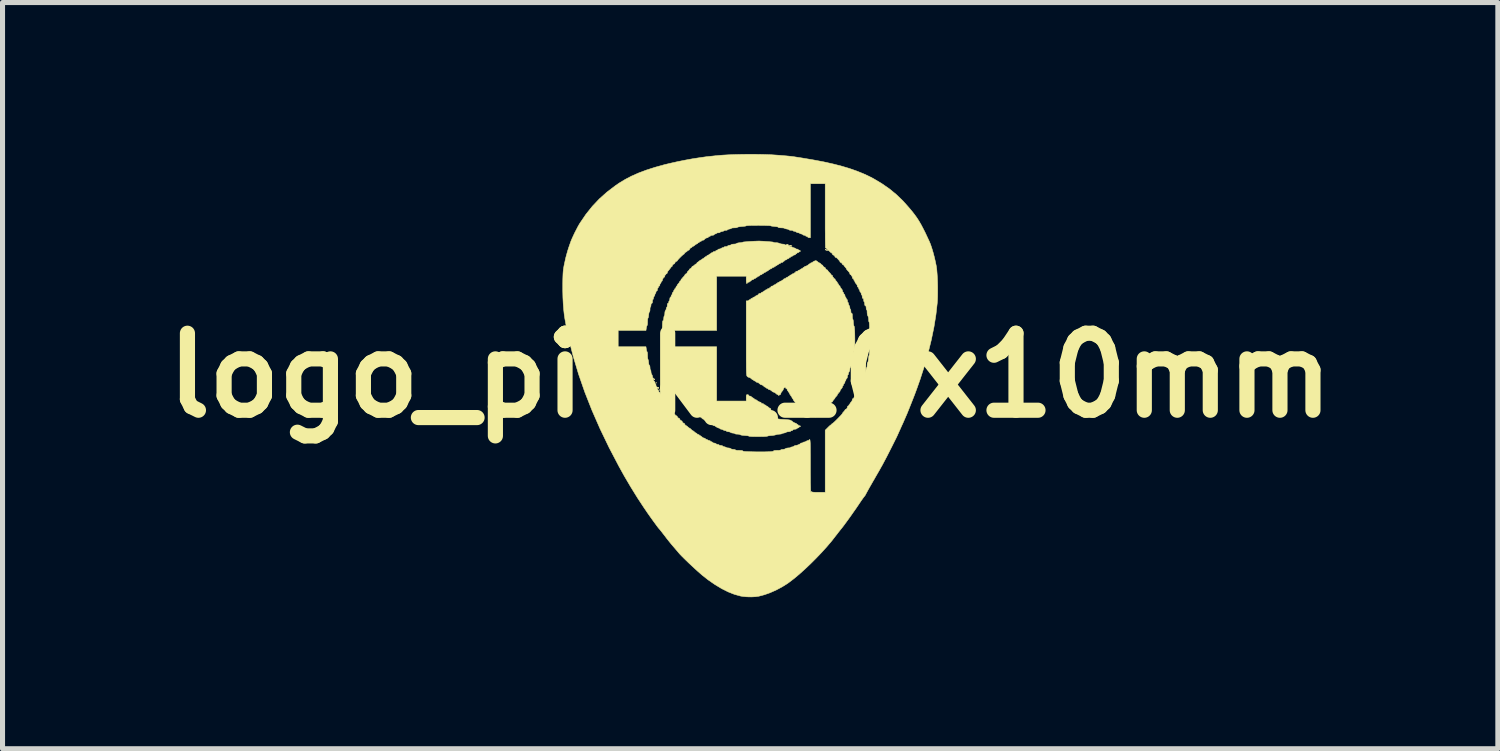
<source format=kicad_pcb>
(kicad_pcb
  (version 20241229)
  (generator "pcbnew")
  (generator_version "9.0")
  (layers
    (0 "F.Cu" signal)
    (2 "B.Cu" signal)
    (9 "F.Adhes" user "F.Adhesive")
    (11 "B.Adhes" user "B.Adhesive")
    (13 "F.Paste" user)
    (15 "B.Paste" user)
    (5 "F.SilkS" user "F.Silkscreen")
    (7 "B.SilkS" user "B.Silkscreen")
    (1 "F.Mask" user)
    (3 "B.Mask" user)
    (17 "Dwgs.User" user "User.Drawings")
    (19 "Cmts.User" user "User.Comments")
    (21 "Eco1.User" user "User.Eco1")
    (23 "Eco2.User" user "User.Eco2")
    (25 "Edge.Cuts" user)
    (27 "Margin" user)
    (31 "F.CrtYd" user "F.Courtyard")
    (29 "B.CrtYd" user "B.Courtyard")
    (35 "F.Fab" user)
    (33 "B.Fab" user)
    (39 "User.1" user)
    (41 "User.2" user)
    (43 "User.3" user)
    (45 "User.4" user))
  (footprint "logo_pick_10x10mm"
    (layer "F.Cu")
    (at 11.8 4.381)
    (property "Reference" "logo_pick_10x10mm" (at 0 0 0) (layer "F.SilkS") (effects (font (size 1.524 1.524) (thickness 0.3))))
    (attr through_hole)
    (fp_poly (pts (xy -1.7 0.474) (xy -1.705 0.479) (xy -1.71 0.474) (xy -1.705 0.469) (xy -1.7 0.474)) (stroke (width 0.01) (type solid)) (fill yes) (layer "F.SilkS"))
    (fp_poly (pts (xy -1.69 0.454) (xy -1.695 0.459) (xy -1.7 0.454) (xy -1.695 0.449) (xy -1.69 0.454)) (stroke (width 0.01) (type solid)) (fill yes) (layer "F.SilkS"))
    (fp_poly (pts (xy -1.612 0.581) (xy -1.617 0.586) (xy -1.622 0.581) (xy -1.617 0.576) (xy -1.612 0.581)) (stroke (width 0.01) (type solid)) (fill yes) (layer "F.SilkS"))
    (fp_poly (pts (xy -1.859 0.14) (xy -1.858 0.152) (xy -1.859 0.153) (xy -1.865 0.152) (xy -1.866 0.147) (xy -1.862 0.138) (xy -1.859 0.14)) (stroke (width 0.01) (type solid)) (fill yes) (layer "F.SilkS"))
    (fp_poly (pts (xy -1.791 0.287) (xy -1.792 0.292) (xy -1.798 0.293) (xy -1.806 0.29) (xy -1.804 0.287) (xy -1.792 0.285) (xy -1.791 0.287)) (stroke (width 0.01) (type solid)) (fill yes) (layer "F.SilkS"))
    (fp_poly (pts (xy -1.762 0.335) (xy -1.761 0.347) (xy -1.762 0.348) (xy -1.768 0.347) (xy -1.768 0.342) (xy -1.765 0.334) (xy -1.762 0.335)) (stroke (width 0.01) (type solid)) (fill yes) (layer "F.SilkS"))
    (fp_poly (pts (xy -1.537 0.218) (xy -1.536 0.23) (xy -1.537 0.231) (xy -1.543 0.23) (xy -1.544 0.225) (xy -1.54 0.217) (xy -1.537 0.218)) (stroke (width 0.01) (type solid)) (fill yes) (layer "F.SilkS"))
    (fp_poly (pts (xy -1.889 0.074) (xy -1.89 0.078) (xy -1.899 0.087) (xy -1.901 0.088) (xy -1.905 0.08) (xy -1.905 0.078) (xy -1.897 0.069) (xy -1.895 0.068) (xy -1.889 0.074)) (stroke (width 0.01) (type solid)) (fill yes) (layer "F.SilkS"))
    (fp_poly (pts (xy -1.642 0.535) (xy -1.641 0.537) (xy -1.649 0.547) (xy -1.651 0.547) (xy -1.66 0.54) (xy -1.661 0.537) (xy -1.653 0.528) (xy -1.651 0.528) (xy -1.642 0.535)) (stroke (width 0.01) (type solid)) (fill yes) (layer "F.SilkS"))
    (fp_poly (pts (xy -1.593 0.603) (xy -1.592 0.606) (xy -1.6 0.615) (xy -1.602 0.615) (xy -1.612 0.608) (xy -1.612 0.606) (xy -1.604 0.596) (xy -1.602 0.596) (xy -1.593 0.603)) (stroke (width 0.01) (type solid)) (fill yes) (layer "F.SilkS"))
    (fp_poly (pts (xy -0.664 0.508) (xy -0.078 0.508) (xy -0.078 0.445) (xy -0.078 0.41) (xy -0.075 0.391) (xy -0.069 0.383) (xy -0.058 0.381) (xy -0.054 0.381) (xy -0.034 0.386) (xy -0.029 0.396) (xy -0.021 0.407) (xy -0.005 0.41) (xy 0.013 0.413) (xy 0.02 0.419) (xy 0.027 0.428) (xy 0.047 0.441) (xy 0.054 0.445) (xy 0.075 0.459) (xy 0.087 0.469) (xy 0.088 0.471) (xy 0.096 0.478) (xy 0.102 0.479) (xy 0.121 0.485) (xy 0.129 0.491) (xy 0.149 0.507) (xy 0.174 0.521) (xy 0.195 0.53) (xy 0.208 0.531) (xy 0.209 0.531) (xy 0.214 0.533) (xy 0.215 0.541) (xy 0.223 0.554) (xy 0.239 0.557) (xy 0.258 0.56) (xy 0.264 0.566) (xy 0.272 0.576) (xy 0.288 0.582) (xy 0.306 0.59) (xy 0.313 0.597) (xy 0.32 0.605) (xy 0.323 0.606) (xy 0.339 0.612) (xy 0.347 0.618) (xy 0.373 0.64) (xy 0.389 0.651) (xy 0.4 0.655) (xy 0.4 0.655) (xy 0.408 0.663) (xy 0.41 0.679) (xy 0.407 0.697) (xy 0.401 0.703) (xy 0.391 0.712) (xy 0.385 0.728) (xy 0.377 0.746) (xy 0.37 0.752) (xy 0.363 0.76) (xy 0.361 0.771) (xy 0.355 0.789) (xy 0.347 0.795) (xy 0.336 0.808) (xy 0.332 0.825) (xy 0.332 0.85) (xy 0.44 0.85) (xy 0.483 0.851) (xy 0.518 0.853) (xy 0.54 0.855) (xy 0.547 0.858) (xy 0.556 0.862) (xy 0.581 0.866) (xy 0.618 0.869) (xy 0.664 0.872) (xy 0.671 0.872) (xy 0.723 0.876) (xy 0.763 0.88) (xy 0.789 0.884) (xy 0.799 0.889) (xy 0.811 0.898) (xy 0.817 0.899) (xy 0.829 0.903) (xy 0.83 0.906) (xy 0.838 0.916) (xy 0.857 0.928) (xy 0.88 0.94) (xy 0.899 0.947) (xy 0.903 0.948) (xy 0.918 0.956) (xy 0.922 0.963) (xy 0.932 0.973) (xy 0.938 0.972) (xy 0.946 0.974) (xy 0.948 0.981) (xy 0.956 0.994) (xy 0.972 0.996) (xy 0.99 1) (xy 0.996 1.006) (xy 0.989 1.015) (xy 0.982 1.016) (xy 0.969 1.021) (xy 0.967 1.026) (xy 0.959 1.035) (xy 0.943 1.041) (xy 0.924 1.049) (xy 0.918 1.056) (xy 0.91 1.062) (xy 0.889 1.065) (xy 0.885 1.065) (xy 0.858 1.069) (xy 0.846 1.079) (xy 0.833 1.092) (xy 0.821 1.094) (xy 0.805 1.098) (xy 0.801 1.104) (xy 0.792 1.11) (xy 0.771 1.113) (xy 0.763 1.114) (xy 0.735 1.117) (xy 0.714 1.124) (xy 0.711 1.126) (xy 0.693 1.135) (xy 0.667 1.141) (xy 0.664 1.142) (xy 0.641 1.146) (xy 0.627 1.153) (xy 0.627 1.154) (xy 0.616 1.159) (xy 0.593 1.162) (xy 0.582 1.163) (xy 0.546 1.166) (xy 0.512 1.174) (xy 0.507 1.176) (xy 0.479 1.183) (xy 0.441 1.189) (xy 0.41 1.191) (xy 0.377 1.194) (xy 0.353 1.198) (xy 0.344 1.202) (xy 0.333 1.205) (xy 0.306 1.208) (xy 0.265 1.21) (xy 0.213 1.211) (xy 0.155 1.211) (xy 0.097 1.211) (xy 0.047 1.21) (xy 0.008 1.208) (xy -0.017 1.206) (xy -0.025 1.203) (xy -0.025 1.203) (xy -0.032 1.199) (xy -0.054 1.194) (xy -0.087 1.191) (xy -0.103 1.19) (xy -0.142 1.187) (xy -0.175 1.182) (xy -0.195 1.176) (xy -0.198 1.174) (xy -0.214 1.167) (xy -0.241 1.163) (xy -0.256 1.163) (xy -0.283 1.161) (xy -0.3 1.156) (xy -0.303 1.153) (xy -0.311 1.146) (xy -0.332 1.143) (xy -0.335 1.143) (xy -0.364 1.139) (xy -0.386 1.129) (xy -0.41 1.118) (xy -0.437 1.114) (xy -0.459 1.111) (xy -0.469 1.105) (xy -0.469 1.104) (xy -0.477 1.096) (xy -0.491 1.094) (xy -0.518 1.088) (xy -0.533 1.08) (xy -0.557 1.068) (xy -0.574 1.065) (xy -0.591 1.061) (xy -0.596 1.055) (xy -0.604 1.046) (xy -0.61 1.045) (xy -0.627 1.041) (xy -0.652 1.03) (xy -0.675 1.017) (xy -0.69 1.006) (xy -0.692 1.004) (xy -0.703 0.998) (xy -0.713 0.996) (xy -0.734 0.989) (xy -0.742 0.982) (xy -0.759 0.969) (xy -0.768 0.967) (xy -0.78 0.962) (xy -0.782 0.958) (xy -0.79 0.95) (xy -0.806 0.944) (xy -0.824 0.936) (xy -0.83 0.928) (xy -0.838 0.919) (xy -0.845 0.918) (xy -0.858 0.914) (xy -0.86 0.91) (xy -0.868 0.901) (xy -0.884 0.895) (xy -0.902 0.887) (xy -0.909 0.879) (xy -0.916 0.87) (xy -0.919 0.869) (xy -0.935 0.864) (xy -0.943 0.857) (xy -0.969 0.835) (xy -0.985 0.824) (xy -0.996 0.821) (xy -0.996 0.821) (xy -1.006 0.815) (xy -1.006 0.813) (xy -1.014 0.803) (xy -1.032 0.79) (xy -1.037 0.787) (xy -1.058 0.772) (xy -1.087 0.747) (xy -1.118 0.717) (xy -1.124 0.712) (xy -1.151 0.685) (xy -1.174 0.665) (xy -1.189 0.655) (xy -1.191 0.655) (xy -1.201 0.647) (xy -1.202 0.644) (xy -1.208 0.632) (xy -1.225 0.611) (xy -1.249 0.586) (xy -1.25 0.585) (xy -1.275 0.56) (xy -1.292 0.539) (xy -1.299 0.526) (xy -1.299 0.526) (xy -1.306 0.513) (xy -1.322 0.494) (xy -1.324 0.492) (xy -1.34 0.476) (xy -1.348 0.464) (xy -1.348 0.464) (xy -1.355 0.451) (xy -1.371 0.437) (xy -1.386 0.43) (xy -1.387 0.43) (xy -1.395 0.422) (xy -1.397 0.409) (xy -1.404 0.388) (xy -1.42 0.366) (xy -1.421 0.365) (xy -1.438 0.346) (xy -1.446 0.329) (xy -1.446 0.328) (xy -1.451 0.314) (xy -1.456 0.313) (xy -1.464 0.305) (xy -1.465 0.298) (xy -1.473 0.285) (xy -1.48 0.283) (xy -1.492 0.275) (xy -1.495 0.259) (xy -1.498 0.241) (xy -1.504 0.234) (xy -1.512 0.226) (xy -1.516 0.212) (xy -1.523 0.196) (xy -1.532 0.193) (xy -1.541 0.186) (xy -1.544 0.166) (xy -1.546 0.145) (xy -1.552 0.137) (xy -1.552 0.137) (xy -1.557 0.145) (xy -1.556 0.164) (xy -1.555 0.18) (xy -1.559 0.18) (xy -1.561 0.177) (xy -1.567 0.158) (xy -1.567 0.132) (xy -1.567 0.13) (xy -1.567 0.104) (xy -1.577 0.092) (xy -1.578 0.092) (xy -1.589 0.078) (xy -1.592 0.062) (xy -1.596 0.045) (xy -1.602 0.039) (xy -1.61 0.031) (xy -1.612 0.015) (xy -1.618 -0.009) (xy -1.627 -0.023) (xy -1.637 -0.042) (xy -1.641 -0.07) (xy -1.641 -0.073) (xy -1.644 -0.095) (xy -1.65 -0.107) (xy -1.651 -0.107) (xy -1.658 -0.116) (xy -1.661 -0.131) (xy -1.667 -0.156) (xy -1.675 -0.17) (xy -1.685 -0.19) (xy -1.69 -0.223) (xy -1.69 -0.229) (xy -1.692 -0.255) (xy -1.696 -0.271) (xy -1.699 -0.274) (xy -1.704 -0.282) (xy -1.709 -0.305) (xy -1.712 -0.324) (xy -1.717 -0.354) (xy -1.723 -0.374) (xy -1.728 -0.379) (xy -1.734 -0.391) (xy -1.737 -0.421) (xy -1.739 -0.468) (xy -1.739 -0.475) (xy -1.739 -0.567) (xy -0.664 -0.567) (xy -0.664 0.508)) (stroke (width 0.01) (type solid)) (fill yes) (layer "F.SilkS"))
    (fp_poly (pts (xy 0.186 -2.659) (xy 0.225 -2.657) (xy 0.271 -2.655) (xy 0.319 -2.651) (xy 0.366 -2.648) (xy 0.407 -2.644) (xy 0.438 -2.641) (xy 0.456 -2.638) (xy 0.459 -2.636) (xy 0.468 -2.631) (xy 0.49 -2.628) (xy 0.506 -2.628) (xy 0.54 -2.625) (xy 0.572 -2.617) (xy 0.58 -2.613) (xy 0.609 -2.603) (xy 0.643 -2.599) (xy 0.646 -2.599) (xy 0.67 -2.596) (xy 0.683 -2.59) (xy 0.684 -2.588) (xy 0.69 -2.581) (xy 0.711 -2.585) (xy 0.735 -2.594) (xy 0.749 -2.595) (xy 0.752 -2.584) (xy 0.756 -2.573) (xy 0.769 -2.57) (xy 0.789 -2.572) (xy 0.826 -2.577) (xy 0.796 -2.564) (xy 0.767 -2.551) (xy 0.799 -2.55) (xy 0.82 -2.548) (xy 0.83 -2.542) (xy 0.83 -2.541) (xy 0.839 -2.534) (xy 0.86 -2.527) (xy 0.865 -2.526) (xy 0.887 -2.519) (xy 0.898 -2.512) (xy 0.899 -2.51) (xy 0.907 -2.503) (xy 0.923 -2.501) (xy 0.942 -2.498) (xy 0.948 -2.492) (xy 0.956 -2.483) (xy 0.969 -2.48) (xy 0.986 -2.473) (xy 0.994 -2.462) (xy 0.991 -2.454) (xy 0.983 -2.452) (xy 0.969 -2.447) (xy 0.967 -2.442) (xy 0.959 -2.434) (xy 0.949 -2.433) (xy 0.93 -2.425) (xy 0.924 -2.417) (xy 0.915 -2.407) (xy 0.909 -2.408) (xy 0.9 -2.406) (xy 0.899 -2.399) (xy 0.89 -2.387) (xy 0.874 -2.384) (xy 0.856 -2.38) (xy 0.85 -2.374) (xy 0.842 -2.365) (xy 0.826 -2.358) (xy 0.807 -2.351) (xy 0.801 -2.344) (xy 0.793 -2.336) (xy 0.786 -2.335) (xy 0.773 -2.33) (xy 0.772 -2.325) (xy 0.763 -2.316) (xy 0.747 -2.31) (xy 0.729 -2.302) (xy 0.723 -2.295) (xy 0.715 -2.288) (xy 0.704 -2.286) (xy 0.686 -2.279) (xy 0.68 -2.271) (xy 0.667 -2.258) (xy 0.659 -2.257) (xy 0.649 -2.252) (xy 0.65 -2.247) (xy 0.646 -2.24) (xy 0.631 -2.237) (xy 0.612 -2.234) (xy 0.606 -2.228) (xy 0.597 -2.218) (xy 0.581 -2.212) (xy 0.563 -2.204) (xy 0.557 -2.197) (xy 0.549 -2.189) (xy 0.542 -2.188) (xy 0.529 -2.183) (xy 0.528 -2.178) (xy 0.522 -2.172) (xy 0.518 -2.174) (xy 0.509 -2.173) (xy 0.508 -2.169) (xy 0.5 -2.16) (xy 0.493 -2.159) (xy 0.48 -2.154) (xy 0.479 -2.149) (xy 0.47 -2.141) (xy 0.459 -2.139) (xy 0.44 -2.133) (xy 0.433 -2.125) (xy 0.425 -2.115) (xy 0.42 -2.115) (xy 0.408 -2.113) (xy 0.397 -2.105) (xy 0.381 -2.093) (xy 0.372 -2.091) (xy 0.362 -2.084) (xy 0.361 -2.081) (xy 0.353 -2.072) (xy 0.337 -2.065) (xy 0.319 -2.058) (xy 0.313 -2.052) (xy 0.304 -2.044) (xy 0.288 -2.038) (xy 0.27 -2.03) (xy 0.264 -2.022) (xy 0.256 -2.014) (xy 0.249 -2.012) (xy 0.236 -2.007) (xy 0.234 -2.003) (xy 0.226 -1.995) (xy 0.215 -1.993) (xy 0.196 -1.987) (xy 0.189 -1.978) (xy 0.176 -1.966) (xy 0.165 -1.964) (xy 0.15 -1.959) (xy 0.147 -1.954) (xy 0.139 -1.945) (xy 0.132 -1.944) (xy 0.119 -1.939) (xy 0.117 -1.934) (xy 0.109 -1.925) (xy 0.093 -1.919) (xy 0.075 -1.911) (xy 0.068 -1.904) (xy 0.06 -1.897) (xy 0.049 -1.895) (xy 0.03 -1.889) (xy 0.023 -1.881) (xy 0.011 -1.868) (xy 0.004 -1.866) (xy -0.008 -1.86) (xy -0.01 -1.856) (xy -0.018 -1.848) (xy -0.03 -1.846) (xy -0.048 -1.84) (xy -0.055 -1.832) (xy -0.064 -1.817) (xy -0.071 -1.821) (xy -0.076 -1.841) (xy -0.078 -1.878) (xy -0.078 -1.89) (xy -0.078 -1.964) (xy -0.664 -1.964) (xy -0.664 -0.889) (xy -1.74 -0.889) (xy -1.738 -0.987) (xy -1.736 -1.037) (xy -1.733 -1.068) (xy -1.728 -1.083) (xy -1.725 -1.084) (xy -1.717 -1.093) (xy -1.712 -1.118) (xy -1.711 -1.131) (xy -1.708 -1.159) (xy -1.702 -1.177) (xy -1.699 -1.18) (xy -1.694 -1.191) (xy -1.69 -1.215) (xy -1.69 -1.228) (xy -1.687 -1.261) (xy -1.677 -1.284) (xy -1.675 -1.286) (xy -1.664 -1.307) (xy -1.661 -1.324) (xy -1.657 -1.342) (xy -1.651 -1.348) (xy -1.645 -1.357) (xy -1.641 -1.378) (xy -1.641 -1.387) (xy -1.639 -1.414) (xy -1.631 -1.426) (xy -1.627 -1.426) (xy -1.615 -1.435) (xy -1.612 -1.451) (xy -1.609 -1.469) (xy -1.602 -1.475) (xy -1.596 -1.484) (xy -1.592 -1.505) (xy -1.592 -1.508) (xy -1.588 -1.535) (xy -1.578 -1.547) (xy -1.566 -1.56) (xy -1.563 -1.573) (xy -1.559 -1.589) (xy -1.553 -1.592) (xy -1.546 -1.601) (xy -1.544 -1.616) (xy -1.538 -1.636) (xy -1.529 -1.645) (xy -1.517 -1.658) (xy -1.514 -1.67) (xy -1.51 -1.686) (xy -1.504 -1.69) (xy -1.496 -1.698) (xy -1.495 -1.705) (xy -1.49 -1.718) (xy -1.485 -1.719) (xy -1.476 -1.728) (xy -1.469 -1.744) (xy -1.462 -1.762) (xy -1.455 -1.768) (xy -1.446 -1.776) (xy -1.446 -1.779) (xy -1.44 -1.794) (xy -1.434 -1.803) (xy -1.411 -1.829) (xy -1.4 -1.845) (xy -1.397 -1.855) (xy -1.389 -1.866) (xy -1.382 -1.869) (xy -1.37 -1.883) (xy -1.368 -1.896) (xy -1.364 -1.909) (xy -1.358 -1.91) (xy -1.349 -1.911) (xy -1.348 -1.915) (xy -1.342 -1.928) (xy -1.326 -1.946) (xy -1.324 -1.948) (xy -1.307 -1.965) (xy -1.299 -1.976) (xy -1.299 -1.977) (xy -1.293 -1.99) (xy -1.28 -2.005) (xy -1.265 -2.015) (xy -1.258 -2.016) (xy -1.252 -2.02) (xy -1.25 -2.03) (xy -1.243 -2.049) (xy -1.226 -2.067) (xy -1.209 -2.084) (xy -1.202 -2.098) (xy -1.202 -2.098) (xy -1.195 -2.109) (xy -1.191 -2.11) (xy -1.175 -2.118) (xy -1.159 -2.134) (xy -1.153 -2.149) (xy -1.145 -2.159) (xy -1.142 -2.159) (xy -1.127 -2.165) (xy -1.118 -2.171) (xy -1.093 -2.193) (xy -1.076 -2.205) (xy -1.066 -2.208) (xy -1.065 -2.208) (xy -1.056 -2.216) (xy -1.055 -2.223) (xy -1.05 -2.235) (xy -1.045 -2.237) (xy -1.032 -2.244) (xy -1.013 -2.259) (xy -1.01 -2.262) (xy -0.99 -2.278) (xy -0.973 -2.286) (xy -0.972 -2.286) (xy -0.959 -2.291) (xy -0.957 -2.296) (xy -0.95 -2.305) (xy -0.947 -2.306) (xy -0.931 -2.311) (xy -0.923 -2.318) (xy -0.897 -2.34) (xy -0.881 -2.351) (xy -0.87 -2.354) (xy -0.87 -2.354) (xy -0.86 -2.361) (xy -0.86 -2.364) (xy -0.851 -2.373) (xy -0.835 -2.38) (xy -0.817 -2.387) (xy -0.811 -2.395) (xy -0.803 -2.402) (xy -0.796 -2.403) (xy -0.783 -2.408) (xy -0.782 -2.413) (xy -0.773 -2.422) (xy -0.757 -2.429) (xy -0.739 -2.436) (xy -0.733 -2.443) (xy -0.724 -2.45) (xy -0.708 -2.452) (xy -0.69 -2.455) (xy -0.684 -2.462) (xy -0.676 -2.471) (xy -0.659 -2.477) (xy -0.641 -2.485) (xy -0.635 -2.492) (xy -0.627 -2.499) (xy -0.611 -2.501) (xy -0.586 -2.507) (xy -0.573 -2.516) (xy -0.551 -2.528) (xy -0.538 -2.53) (xy -0.522 -2.534) (xy -0.518 -2.54) (xy -0.509 -2.546) (xy -0.488 -2.55) (xy -0.484 -2.55) (xy -0.461 -2.552) (xy -0.45 -2.558) (xy -0.449 -2.559) (xy -0.441 -2.567) (xy -0.419 -2.574) (xy -0.41 -2.575) (xy -0.386 -2.581) (xy -0.372 -2.588) (xy -0.371 -2.59) (xy -0.362 -2.595) (xy -0.34 -2.598) (xy -0.323 -2.599) (xy -0.293 -2.601) (xy -0.274 -2.607) (xy -0.271 -2.61) (xy -0.26 -2.617) (xy -0.235 -2.623) (xy -0.207 -2.626) (xy -0.176 -2.629) (xy -0.154 -2.634) (xy -0.147 -2.637) (xy -0.137 -2.64) (xy -0.112 -2.643) (xy -0.074 -2.646) (xy -0.027 -2.65) (xy 0.025 -2.653) (xy 0.08 -2.656) (xy 0.133 -2.658) (xy 0.156 -2.659) (xy 0.186 -2.659)) (stroke (width 0.01) (type solid)) (fill yes) (layer "F.SilkS"))
    (fp_poly (pts (xy 1.309 -2.269) (xy 1.327 -2.257) (xy 1.346 -2.24) (xy 1.363 -2.229) (xy 1.371 -2.227) (xy 1.385 -2.22) (xy 1.401 -2.203) (xy 1.416 -2.188) (xy 1.427 -2.184) (xy 1.428 -2.184) (xy 1.435 -2.182) (xy 1.436 -2.178) (xy 1.443 -2.161) (xy 1.46 -2.146) (xy 1.474 -2.139) (xy 1.484 -2.133) (xy 1.485 -2.13) (xy 1.491 -2.115) (xy 1.504 -2.099) (xy 1.518 -2.088) (xy 1.526 -2.087) (xy 1.533 -2.084) (xy 1.534 -2.08) (xy 1.54 -2.067) (xy 1.557 -2.047) (xy 1.568 -2.036) (xy 1.588 -2.015) (xy 1.6 -1.999) (xy 1.602 -1.994) (xy 1.61 -1.984) (xy 1.617 -1.983) (xy 1.629 -1.975) (xy 1.631 -1.964) (xy 1.636 -1.948) (xy 1.641 -1.944) (xy 1.65 -1.936) (xy 1.651 -1.929) (xy 1.659 -1.916) (xy 1.666 -1.915) (xy 1.679 -1.909) (xy 1.68 -1.905) (xy 1.683 -1.894) (xy 1.694 -1.878) (xy 1.716 -1.853) (xy 1.717 -1.852) (xy 1.727 -1.835) (xy 1.729 -1.828) (xy 1.735 -1.817) (xy 1.738 -1.817) (xy 1.746 -1.809) (xy 1.753 -1.792) (xy 1.76 -1.776) (xy 1.769 -1.773) (xy 1.777 -1.771) (xy 1.778 -1.763) (xy 1.784 -1.742) (xy 1.79 -1.734) (xy 1.812 -1.708) (xy 1.823 -1.691) (xy 1.827 -1.676) (xy 1.827 -1.671) (xy 1.83 -1.655) (xy 1.836 -1.651) (xy 1.844 -1.643) (xy 1.85 -1.627) (xy 1.858 -1.608) (xy 1.866 -1.602) (xy 1.873 -1.594) (xy 1.876 -1.578) (xy 1.879 -1.559) (xy 1.884 -1.553) (xy 1.893 -1.545) (xy 1.899 -1.529) (xy 1.907 -1.511) (xy 1.915 -1.504) (xy 1.922 -1.496) (xy 1.925 -1.476) (xy 1.925 -1.475) (xy 1.927 -1.455) (xy 1.934 -1.446) (xy 1.934 -1.446) (xy 1.942 -1.438) (xy 1.944 -1.422) (xy 1.95 -1.397) (xy 1.959 -1.384) (xy 1.969 -1.364) (xy 1.973 -1.339) (xy 1.976 -1.318) (xy 1.983 -1.309) (xy 1.983 -1.309) (xy 1.989 -1.3) (xy 1.993 -1.279) (xy 1.993 -1.27) (xy 1.995 -1.243) (xy 2.003 -1.232) (xy 2.008 -1.231) (xy 2.016 -1.226) (xy 2.021 -1.21) (xy 2.022 -1.179) (xy 2.022 -1.173) (xy 2.024 -1.142) (xy 2.027 -1.119) (xy 2.031 -1.112) (xy 2.037 -1.101) (xy 2.041 -1.077) (xy 2.043 -1.047) (xy 2.046 -1.01) (xy 2.052 -0.982) (xy 2.058 -0.972) (xy 2.062 -0.959) (xy 2.065 -0.929) (xy 2.068 -0.888) (xy 2.07 -0.837) (xy 2.071 -0.781) (xy 2.072 -0.722) (xy 2.072 -0.663) (xy 2.071 -0.609) (xy 2.069 -0.562) (xy 2.067 -0.525) (xy 2.063 -0.502) (xy 2.061 -0.496) (xy 2.055 -0.486) (xy 2.05 -0.46) (xy 2.045 -0.425) (xy 2.044 -0.412) (xy 2.041 -0.376) (xy 2.037 -0.348) (xy 2.032 -0.333) (xy 2.031 -0.332) (xy 2.026 -0.323) (xy 2.023 -0.301) (xy 2.022 -0.283) (xy 2.02 -0.255) (xy 2.016 -0.238) (xy 2.013 -0.234) (xy 2.005 -0.226) (xy 1.998 -0.204) (xy 1.997 -0.195) (xy 1.991 -0.171) (xy 1.984 -0.157) (xy 1.982 -0.156) (xy 1.976 -0.148) (xy 1.973 -0.126) (xy 1.973 -0.121) (xy 1.969 -0.094) (xy 1.96 -0.073) (xy 1.959 -0.072) (xy 1.947 -0.051) (xy 1.944 -0.033) (xy 1.941 -0.015) (xy 1.934 -0.01) (xy 1.928 -0.001) (xy 1.925 0.02) (xy 1.925 0.023) (xy 1.92 0.05) (xy 1.91 0.062) (xy 1.898 0.075) (xy 1.895 0.088) (xy 1.891 0.104) (xy 1.885 0.107) (xy 1.878 0.116) (xy 1.876 0.131) (xy 1.87 0.151) (xy 1.861 0.16) (xy 1.849 0.173) (xy 1.846 0.185) (xy 1.842 0.201) (xy 1.837 0.205) (xy 1.829 0.213) (xy 1.827 0.225) (xy 1.82 0.245) (xy 1.803 0.267) (xy 1.802 0.268) (xy 1.785 0.289) (xy 1.778 0.31) (xy 1.778 0.311) (xy 1.772 0.328) (xy 1.763 0.332) (xy 1.75 0.34) (xy 1.749 0.347) (xy 1.743 0.36) (xy 1.739 0.361) (xy 1.73 0.369) (xy 1.729 0.377) (xy 1.722 0.393) (xy 1.706 0.413) (xy 1.705 0.414) (xy 1.688 0.431) (xy 1.68 0.443) (xy 1.68 0.444) (xy 1.675 0.456) (xy 1.668 0.464) (xy 1.646 0.49) (xy 1.635 0.506) (xy 1.631 0.517) (xy 1.631 0.517) (xy 1.624 0.526) (xy 1.617 0.528) (xy 1.604 0.533) (xy 1.602 0.537) (xy 1.596 0.547) (xy 1.578 0.567) (xy 1.552 0.595) (xy 1.52 0.628) (xy 1.486 0.663) (xy 1.452 0.698) (xy 1.42 0.729) (xy 1.395 0.753) (xy 1.377 0.768) (xy 1.372 0.772) (xy 1.359 0.779) (xy 1.345 0.796) (xy 1.338 0.812) (xy 1.338 0.813) (xy 1.336 0.819) (xy 1.329 0.811) (xy 1.321 0.803) (xy 1.319 0.808) (xy 1.311 0.818) (xy 1.294 0.821) (xy 1.276 0.818) (xy 1.27 0.812) (xy 1.262 0.803) (xy 1.246 0.797) (xy 1.227 0.789) (xy 1.221 0.781) (xy 1.213 0.773) (xy 1.206 0.772) (xy 1.193 0.767) (xy 1.192 0.763) (xy 1.184 0.754) (xy 1.167 0.748) (xy 1.149 0.74) (xy 1.143 0.733) (xy 1.135 0.725) (xy 1.123 0.723) (xy 1.103 0.717) (xy 1.079 0.701) (xy 1.077 0.699) (xy 1.056 0.682) (xy 1.04 0.674) (xy 1.038 0.674) (xy 1.027 0.669) (xy 1.026 0.665) (xy 1.017 0.657) (xy 1.001 0.651) (xy 0.983 0.643) (xy 0.977 0.635) (xy 0.969 0.626) (xy 0.966 0.625) (xy 0.95 0.618) (xy 0.934 0.602) (xy 0.928 0.587) (xy 0.92 0.578) (xy 0.913 0.576) (xy 0.902 0.568) (xy 0.899 0.556) (xy 0.892 0.535) (xy 0.875 0.513) (xy 0.874 0.512) (xy 0.858 0.492) (xy 0.85 0.475) (xy 0.85 0.474) (xy 0.845 0.461) (xy 0.841 0.459) (xy 0.833 0.451) (xy 0.826 0.435) (xy 0.819 0.416) (xy 0.811 0.41) (xy 0.802 0.402) (xy 0.801 0.396) (xy 0.796 0.383) (xy 0.792 0.381) (xy 0.784 0.373) (xy 0.778 0.357) (xy 0.77 0.338) (xy 0.762 0.332) (xy 0.753 0.324) (xy 0.752 0.318) (xy 0.747 0.304) (xy 0.742 0.303) (xy 0.735 0.295) (xy 0.733 0.283) (xy 0.727 0.267) (xy 0.718 0.264) (xy 0.705 0.256) (xy 0.703 0.249) (xy 0.698 0.236) (xy 0.693 0.234) (xy 0.675 0.242) (xy 0.66 0.261) (xy 0.655 0.278) (xy 0.648 0.295) (xy 0.631 0.315) (xy 0.63 0.317) (xy 0.613 0.338) (xy 0.606 0.359) (xy 0.606 0.36) (xy 0.6 0.377) (xy 0.592 0.381) (xy 0.576 0.388) (xy 0.572 0.393) (xy 0.566 0.4) (xy 0.561 0.393) (xy 0.55 0.382) (xy 0.546 0.381) (xy 0.531 0.375) (xy 0.522 0.369) (xy 0.497 0.347) (xy 0.48 0.336) (xy 0.467 0.332) (xy 0.464 0.332) (xy 0.447 0.325) (xy 0.427 0.309) (xy 0.426 0.308) (xy 0.404 0.291) (xy 0.383 0.283) (xy 0.382 0.283) (xy 0.366 0.28) (xy 0.361 0.274) (xy 0.353 0.264) (xy 0.337 0.258) (xy 0.319 0.25) (xy 0.313 0.243) (xy 0.305 0.235) (xy 0.302 0.234) (xy 0.287 0.229) (xy 0.278 0.222) (xy 0.253 0.2) (xy 0.236 0.189) (xy 0.223 0.186) (xy 0.22 0.186) (xy 0.203 0.179) (xy 0.183 0.163) (xy 0.182 0.161) (xy 0.16 0.144) (xy 0.139 0.137) (xy 0.138 0.137) (xy 0.122 0.133) (xy 0.117 0.127) (xy 0.109 0.118) (xy 0.093 0.111) (xy 0.075 0.104) (xy 0.068 0.097) (xy 0.061 0.088) (xy 0.058 0.088) (xy 0.048 0.085) (xy 0.032 0.074) (xy 0.007 0.052) (xy 0.005 0.051) (xy -0.014 0.041) (xy -0.024 0.039) (xy -0.042 0.033) (xy -0.059 0.02) (xy -0.062 0.015) (xy -0.065 0.01) (xy -0.068 0.003) (xy -0.07 -0.009) (xy -0.072 -0.026) (xy -0.074 -0.049) (xy -0.075 -0.08) (xy -0.076 -0.12) (xy -0.077 -0.171) (xy -0.077 -0.234) (xy -0.078 -0.309) (xy -0.078 -0.4) (xy -0.078 -0.506) (xy -0.078 -0.629) (xy -0.078 -0.738) (xy -0.078 -1.475) (xy -0.054 -1.475) (xy -0.035 -1.478) (xy -0.029 -1.485) (xy -0.021 -1.494) (xy -0.005 -1.5) (xy 0.011 -1.508) (xy 0.014 -1.515) (xy 0.018 -1.522) (xy 0.029 -1.524) (xy 0.045 -1.528) (xy 0.049 -1.534) (xy 0.057 -1.543) (xy 0.073 -1.549) (xy 0.092 -1.556) (xy 0.098 -1.562) (xy 0.106 -1.57) (xy 0.126 -1.58) (xy 0.132 -1.583) (xy 0.154 -1.594) (xy 0.166 -1.607) (xy 0.166 -1.609) (xy 0.174 -1.619) (xy 0.191 -1.622) (xy 0.209 -1.625) (xy 0.215 -1.631) (xy 0.223 -1.641) (xy 0.239 -1.647) (xy 0.258 -1.655) (xy 0.264 -1.662) (xy 0.272 -1.67) (xy 0.278 -1.671) (xy 0.291 -1.676) (xy 0.293 -1.68) (xy 0.301 -1.689) (xy 0.318 -1.696) (xy 0.336 -1.703) (xy 0.342 -1.711) (xy 0.35 -1.718) (xy 0.361 -1.719) (xy 0.377 -1.723) (xy 0.381 -1.729) (xy 0.389 -1.738) (xy 0.396 -1.739) (xy 0.409 -1.747) (xy 0.41 -1.754) (xy 0.419 -1.765) (xy 0.435 -1.768) (xy 0.453 -1.772) (xy 0.459 -1.778) (xy 0.467 -1.787) (xy 0.484 -1.794) (xy 0.502 -1.801) (xy 0.508 -1.808) (xy 0.516 -1.816) (xy 0.523 -1.817) (xy 0.536 -1.822) (xy 0.537 -1.827) (xy 0.546 -1.836) (xy 0.562 -1.842) (xy 0.58 -1.85) (xy 0.586 -1.857) (xy 0.594 -1.864) (xy 0.606 -1.866) (xy 0.622 -1.87) (xy 0.625 -1.876) (xy 0.633 -1.885) (xy 0.639 -1.885) (xy 0.654 -1.893) (xy 0.658 -1.9) (xy 0.671 -1.912) (xy 0.684 -1.915) (xy 0.7 -1.919) (xy 0.703 -1.924) (xy 0.712 -1.934) (xy 0.728 -1.94) (xy 0.746 -1.948) (xy 0.752 -1.955) (xy 0.76 -1.963) (xy 0.767 -1.964) (xy 0.78 -1.969) (xy 0.782 -1.973) (xy 0.79 -1.982) (xy 0.806 -1.989) (xy 0.824 -1.996) (xy 0.83 -2.004) (xy 0.839 -2.011) (xy 0.85 -2.012) (xy 0.866 -2.017) (xy 0.869 -2.022) (xy 0.877 -2.031) (xy 0.884 -2.032) (xy 0.897 -2.04) (xy 0.899 -2.047) (xy 0.907 -2.058) (xy 0.923 -2.061) (xy 0.942 -2.065) (xy 0.948 -2.071) (xy 0.955 -2.08) (xy 0.962 -2.081) (xy 0.98 -2.087) (xy 0.989 -2.094) (xy 1.009 -2.108) (xy 1.024 -2.114) (xy 1.041 -2.123) (xy 1.045 -2.13) (xy 1.053 -2.138) (xy 1.06 -2.139) (xy 1.073 -2.145) (xy 1.075 -2.149) (xy 1.082 -2.158) (xy 1.088 -2.159) (xy 1.106 -2.163) (xy 1.128 -2.174) (xy 1.149 -2.187) (xy 1.162 -2.198) (xy 1.162 -2.201) (xy 1.17 -2.207) (xy 1.177 -2.208) (xy 1.19 -2.213) (xy 1.192 -2.218) (xy 1.2 -2.226) (xy 1.206 -2.227) (xy 1.225 -2.234) (xy 1.233 -2.24) (xy 1.251 -2.253) (xy 1.274 -2.264) (xy 1.293 -2.271) (xy 1.309 -2.269)) (stroke (width 0.01) (type solid)) (fill yes) (layer "F.SilkS"))
    (fp_poly (pts (xy 0.185 -4.375) (xy 0.306 -4.372) (xy 0.415 -4.368) (xy 0.504 -4.362) (xy 0.589 -4.356) (xy 0.66 -4.35) (xy 0.718 -4.345) (xy 0.769 -4.34) (xy 0.816 -4.335) (xy 0.863 -4.329) (xy 0.914 -4.321) (xy 0.972 -4.312) (xy 1.036 -4.302) (xy 1.254 -4.265) (xy 1.455 -4.227) (xy 1.639 -4.186) (xy 1.807 -4.143) (xy 1.962 -4.097) (xy 2.105 -4.047) (xy 2.237 -3.994) (xy 2.36 -3.937) (xy 2.439 -3.896) (xy 2.604 -3.798) (xy 2.754 -3.694) (xy 2.892 -3.581) (xy 3.022 -3.456) (xy 3.103 -3.366) (xy 3.163 -3.297) (xy 3.215 -3.234) (xy 3.261 -3.174) (xy 3.304 -3.114) (xy 3.344 -3.051) (xy 3.383 -2.984) (xy 3.423 -2.908) (xy 3.467 -2.821) (xy 3.514 -2.72) (xy 3.546 -2.652) (xy 3.57 -2.594) (xy 3.595 -2.52) (xy 3.62 -2.437) (xy 3.644 -2.347) (xy 3.665 -2.256) (xy 3.683 -2.169) (xy 3.685 -2.159) (xy 3.693 -2.1) (xy 3.699 -2.026) (xy 3.705 -1.94) (xy 3.709 -1.847) (xy 3.711 -1.751) (xy 3.711 -1.655) (xy 3.71 -1.565) (xy 3.707 -1.484) (xy 3.703 -1.434) (xy 3.677 -1.202) (xy 3.638 -0.958) (xy 3.586 -0.706) (xy 3.522 -0.446) (xy 3.448 -0.183) (xy 3.363 0.081) (xy 3.3 0.259) (xy 3.253 0.386) (xy 3.203 0.513) (xy 3.153 0.639) (xy 3.105 0.758) (xy 3.058 0.866) (xy 3.017 0.96) (xy 3.013 0.967) (xy 2.989 1.02) (xy 2.966 1.072) (xy 2.945 1.118) (xy 2.93 1.152) (xy 2.925 1.163) (xy 2.913 1.19) (xy 2.893 1.232) (xy 2.866 1.286) (xy 2.835 1.348) (xy 2.801 1.416) (xy 2.765 1.487) (xy 2.729 1.558) (xy 2.694 1.626) (xy 2.661 1.688) (xy 2.633 1.741) (xy 2.616 1.773) (xy 2.593 1.813) (xy 2.564 1.866) (xy 2.528 1.928) (xy 2.49 1.994) (xy 2.452 2.061) (xy 2.434 2.091) (xy 2.4 2.151) (xy 2.367 2.208) (xy 2.339 2.258) (xy 2.316 2.3) (xy 2.3 2.329) (xy 2.294 2.341) (xy 2.28 2.368) (xy 2.266 2.389) (xy 2.262 2.393) (xy 2.251 2.406) (xy 2.233 2.431) (xy 2.208 2.466) (xy 2.18 2.507) (xy 2.172 2.519) (xy 2.135 2.574) (xy 2.093 2.636) (xy 2.047 2.701) (xy 2.001 2.767) (xy 1.955 2.832) (xy 1.911 2.892) (xy 1.872 2.945) (xy 1.84 2.988) (xy 1.816 3.019) (xy 1.812 3.024) (xy 1.79 3.051) (xy 1.759 3.09) (xy 1.726 3.133) (xy 1.697 3.17) (xy 1.613 3.278) (xy 1.518 3.39) (xy 1.415 3.504) (xy 1.306 3.618) (xy 1.195 3.729) (xy 1.083 3.835) (xy 0.974 3.933) (xy 0.869 4.021) (xy 0.772 4.095) (xy 0.738 4.12) (xy 0.632 4.186) (xy 0.518 4.247) (xy 0.401 4.299) (xy 0.285 4.341) (xy 0.176 4.37) (xy 0.172 4.371) (xy 0.101 4.381) (xy 0.019 4.385) (xy -0.067 4.383) (xy -0.148 4.375) (xy -0.195 4.367) (xy -0.313 4.334) (xy -0.437 4.285) (xy -0.566 4.22) (xy -0.699 4.14) (xy -0.833 4.047) (xy -0.951 3.954) (xy -0.992 3.918) (xy -1.041 3.875) (xy -1.095 3.826) (xy -1.152 3.773) (xy -1.209 3.72) (xy -1.263 3.668) (xy -1.312 3.62) (xy -1.354 3.578) (xy -1.386 3.545) (xy -1.404 3.525) (xy -1.42 3.506) (xy -1.446 3.475) (xy -1.478 3.438) (xy -1.513 3.397) (xy -1.519 3.39) (xy -1.561 3.341) (xy -1.608 3.283) (xy -1.655 3.224) (xy -1.694 3.172) (xy -1.727 3.13) (xy -1.757 3.091) (xy -1.782 3.06) (xy -1.799 3.039) (xy -1.803 3.035) (xy -1.817 3.019) (xy -1.84 2.989) (xy -1.87 2.948) (xy -1.907 2.898) (xy -1.947 2.842) (xy -1.99 2.782) (xy -2.033 2.721) (xy -2.074 2.66) (xy -2.103 2.618) (xy -2.232 2.422) (xy -2.362 2.212) (xy -2.491 1.993) (xy -2.597 1.802) (xy -2.793 1.428) (xy -2.971 1.058) (xy -3.131 0.693) (xy -3.273 0.333) (xy -3.397 -0.024) (xy -3.503 -0.377) (xy -3.582 -0.684) (xy -3.59 -0.719) (xy -3.598 -0.754) (xy -3.606 -0.793) (xy -3.615 -0.838) (xy -3.625 -0.889) (xy -2.613 -0.889) (xy -2.613 -0.567) (xy -2.063 -0.567) (xy -2.056 -0.518) (xy -2.051 -0.49) (xy -2.045 -0.472) (xy -2.041 -0.469) (xy -2.037 -0.46) (xy -2.033 -0.436) (xy -2.032 -0.403) (xy -2.032 -0.398) (xy -2.031 -0.361) (xy -2.028 -0.333) (xy -2.023 -0.318) (xy -2.023 -0.317) (xy -2.017 -0.303) (xy -2.013 -0.276) (xy -2.011 -0.257) (xy -2.007 -0.223) (xy -2 -0.204) (xy -1.996 -0.201) (xy -1.987 -0.188) (xy -1.983 -0.159) (xy -1.983 -0.152) (xy -1.981 -0.125) (xy -1.976 -0.11) (xy -1.973 -0.107) (xy -1.967 -0.099) (xy -1.964 -0.078) (xy -1.964 -0.072) (xy -1.96 -0.043) (xy -1.951 -0.021) (xy -1.949 -0.02) (xy -1.938 0.001) (xy -1.933 0.026) (xy -1.928 0.047) (xy -1.919 0.052) (xy -1.919 0.052) (xy -1.912 0.057) (xy -1.913 0.078) (xy -1.912 0.102) (xy -1.901 0.113) (xy -1.889 0.127) (xy -1.885 0.143) (xy -1.882 0.161) (xy -1.876 0.166) (xy -1.868 0.174) (xy -1.866 0.185) (xy -1.861 0.216) (xy -1.844 0.232) (xy -1.831 0.234) (xy -1.812 0.24) (xy -1.808 0.252) (xy -1.811 0.261) (xy -1.814 0.256) (xy -1.824 0.245) (xy -1.834 0.25) (xy -1.837 0.264) (xy -1.833 0.28) (xy -1.828 0.283) (xy -1.819 0.292) (xy -1.813 0.308) (xy -1.805 0.326) (xy -1.797 0.332) (xy -1.789 0.34) (xy -1.788 0.347) (xy -1.783 0.36) (xy -1.779 0.361) (xy -1.77 0.37) (xy -1.766 0.383) (xy -1.755 0.403) (xy -1.742 0.409) (xy -1.727 0.413) (xy -1.728 0.425) (xy -1.731 0.429) (xy -1.736 0.446) (xy -1.727 0.463) (xy -1.723 0.467) (xy -1.7 0.486) (xy -1.68 0.497) (xy -1.666 0.504) (xy -1.67 0.507) (xy -1.673 0.507) (xy -1.686 0.513) (xy -1.69 0.522) (xy -1.682 0.527) (xy -1.68 0.528) (xy -1.672 0.535) (xy -1.671 0.542) (xy -1.663 0.555) (xy -1.656 0.557) (xy -1.644 0.565) (xy -1.641 0.577) (xy -1.636 0.597) (xy -1.623 0.616) (xy -1.607 0.63) (xy -1.594 0.631) (xy -1.581 0.633) (xy -1.573 0.64) (xy -1.566 0.651) (xy -1.573 0.65) (xy -1.576 0.649) (xy -1.59 0.647) (xy -1.591 0.657) (xy -1.58 0.675) (xy -1.559 0.698) (xy -1.558 0.699) (xy -1.538 0.72) (xy -1.526 0.737) (xy -1.524 0.742) (xy -1.516 0.751) (xy -1.509 0.752) (xy -1.496 0.758) (xy -1.495 0.763) (xy -1.487 0.779) (xy -1.471 0.795) (xy -1.456 0.801) (xy -1.446 0.809) (xy -1.446 0.812) (xy -1.438 0.828) (xy -1.422 0.844) (xy -1.407 0.85) (xy -1.397 0.857) (xy -1.397 0.86) (xy -1.39 0.877) (xy -1.373 0.893) (xy -1.359 0.899) (xy -1.349 0.906) (xy -1.348 0.909) (xy -1.341 0.926) (xy -1.325 0.942) (xy -1.31 0.948) (xy -1.3 0.955) (xy -1.299 0.958) (xy -1.293 0.973) (xy -1.279 0.988) (xy -1.266 0.996) (xy -1.265 0.996) (xy -1.255 1.002) (xy -1.237 1.017) (xy -1.233 1.021) (xy -1.214 1.037) (xy -1.2 1.045) (xy -1.199 1.045) (xy -1.187 1.052) (xy -1.17 1.068) (xy -1.168 1.07) (xy -1.151 1.086) (xy -1.14 1.094) (xy -1.139 1.094) (xy -1.129 1.098) (xy -1.111 1.112) (xy -1.09 1.131) (xy -1.073 1.141) (xy -1.066 1.143) (xy -1.055 1.15) (xy -1.055 1.153) (xy -1.047 1.162) (xy -1.031 1.168) (xy -1.012 1.176) (xy -1.006 1.183) (xy -0.999 1.192) (xy -0.996 1.192) (xy -0.985 1.195) (xy -0.97 1.206) (xy -0.944 1.227) (xy -0.943 1.228) (xy -0.922 1.239) (xy -0.91 1.241) (xy -0.892 1.248) (xy -0.885 1.256) (xy -0.876 1.266) (xy -0.87 1.266) (xy -0.857 1.267) (xy -0.847 1.275) (xy -0.825 1.287) (xy -0.812 1.29) (xy -0.795 1.293) (xy -0.791 1.298) (xy -0.783 1.307) (xy -0.767 1.313) (xy -0.749 1.321) (xy -0.742 1.329) (xy -0.734 1.336) (xy -0.717 1.338) (xy -0.692 1.344) (xy -0.678 1.353) (xy -0.656 1.365) (xy -0.639 1.368) (xy -0.621 1.371) (xy -0.615 1.377) (xy -0.607 1.384) (xy -0.586 1.387) (xy -0.581 1.387) (xy -0.559 1.39) (xy -0.547 1.395) (xy -0.547 1.397) (xy -0.539 1.404) (xy -0.518 1.411) (xy -0.513 1.412) (xy -0.489 1.419) (xy -0.474 1.426) (xy -0.473 1.427) (xy -0.461 1.433) (xy -0.437 1.436) (xy -0.433 1.436) (xy -0.406 1.44) (xy -0.385 1.45) (xy -0.384 1.451) (xy -0.366 1.46) (xy -0.337 1.465) (xy -0.331 1.465) (xy -0.307 1.468) (xy -0.294 1.473) (xy -0.293 1.475) (xy -0.284 1.48) (xy -0.259 1.484) (xy -0.223 1.485) (xy -0.221 1.485) (xy -0.177 1.486) (xy -0.152 1.491) (xy -0.144 1.497) (xy -0.138 1.501) (xy -0.12 1.505) (xy -0.091 1.507) (xy -0.047 1.509) (xy 0.013 1.511) (xy 0.091 1.513) (xy 0.103 1.513) (xy 0.211 1.514) (xy 0.3 1.513) (xy 0.369 1.511) (xy 0.42 1.508) (xy 0.452 1.503) (xy 0.464 1.497) (xy 0.464 1.494) (xy 0.47 1.489) (xy 0.492 1.486) (xy 0.526 1.485) (xy 0.532 1.485) (xy 0.569 1.484) (xy 0.595 1.48) (xy 0.606 1.476) (xy 0.606 1.475) (xy 0.614 1.469) (xy 0.636 1.466) (xy 0.644 1.465) (xy 0.673 1.462) (xy 0.694 1.453) (xy 0.697 1.451) (xy 0.718 1.441) (xy 0.75 1.436) (xy 0.756 1.436) (xy 0.783 1.434) (xy 0.799 1.429) (xy 0.801 1.426) (xy 0.809 1.419) (xy 0.825 1.417) (xy 0.85 1.411) (xy 0.863 1.402) (xy 0.885 1.39) (xy 0.9 1.387) (xy 0.921 1.384) (xy 0.948 1.375) (xy 0.974 1.364) (xy 0.992 1.353) (xy 0.996 1.346) (xy 1.005 1.34) (xy 1.021 1.338) (xy 1.039 1.335) (xy 1.045 1.329) (xy 1.054 1.321) (xy 1.069 1.319) (xy 1.094 1.313) (xy 1.107 1.304) (xy 1.129 1.292) (xy 1.142 1.29) (xy 1.159 1.286) (xy 1.163 1.28) (xy 1.17 1.271) (xy 1.177 1.27) (xy 1.18 1.272) (xy 1.183 1.278) (xy 1.185 1.291) (xy 1.187 1.312) (xy 1.189 1.341) (xy 1.19 1.381) (xy 1.191 1.434) (xy 1.191 1.499) (xy 1.192 1.58) (xy 1.192 1.678) (xy 1.192 1.793) (xy 1.192 1.922) (xy 1.193 2.033) (xy 1.193 2.126) (xy 1.195 2.201) (xy 1.196 2.257) (xy 1.198 2.295) (xy 1.2 2.313) (xy 1.202 2.315) (xy 1.211 2.308) (xy 1.212 2.303) (xy 1.214 2.296) (xy 1.218 2.303) (xy 1.226 2.308) (xy 1.247 2.312) (xy 1.284 2.314) (xy 1.337 2.315) (xy 1.354 2.315) (xy 1.485 2.315) (xy 1.485 1.085) (xy 1.539 1.031) (xy 1.565 1.005) (xy 1.587 0.986) (xy 1.601 0.977) (xy 1.602 0.977) (xy 1.611 0.969) (xy 1.612 0.966) (xy 1.615 0.959) (xy 1.618 0.96) (xy 1.626 0.956) (xy 1.645 0.94) (xy 1.672 0.916) (xy 1.703 0.886) (xy 1.736 0.853) (xy 1.767 0.821) (xy 1.795 0.792) (xy 1.815 0.769) (xy 1.826 0.754) (xy 1.827 0.752) (xy 1.833 0.739) (xy 1.849 0.721) (xy 1.851 0.719) (xy 1.868 0.7) (xy 1.876 0.686) (xy 1.876 0.685) (xy 1.883 0.675) (xy 1.886 0.674) (xy 1.905 0.666) (xy 1.919 0.646) (xy 1.925 0.626) (xy 1.93 0.609) (xy 1.939 0.606) (xy 1.952 0.598) (xy 1.954 0.591) (xy 1.959 0.578) (xy 1.964 0.576) (xy 1.973 0.569) (xy 1.973 0.566) (xy 1.976 0.556) (xy 1.987 0.54) (xy 2.009 0.515) (xy 2.01 0.513) (xy 2.02 0.492) (xy 2.022 0.479) (xy 2.028 0.463) (xy 2.037 0.459) (xy 2.05 0.451) (xy 2.052 0.445) (xy 2.057 0.431) (xy 2.061 0.43) (xy 2.069 0.421) (xy 2.071 0.405) (xy 2.076 0.386) (xy 2.086 0.381) (xy 2.098 0.373) (xy 2.1 0.362) (xy 2.105 0.343) (xy 2.11 0.337) (xy 2.119 0.323) (xy 2.12 0.313) (xy 2.127 0.295) (xy 2.135 0.29) (xy 2.147 0.276) (xy 2.149 0.264) (xy 2.153 0.248) (xy 2.159 0.244) (xy 2.166 0.236) (xy 2.169 0.215) (xy 2.169 0.215) (xy 2.173 0.192) (xy 2.183 0.186) (xy 2.195 0.177) (xy 2.198 0.161) (xy 2.201 0.143) (xy 2.208 0.137) (xy 2.214 0.128) (xy 2.218 0.107) (xy 2.218 0.103) (xy 2.221 0.077) (xy 2.231 0.068) (xy 2.232 0.068) (xy 2.244 0.06) (xy 2.247 0.039) (xy 2.25 0.018) (xy 2.257 0.01) (xy 2.257 0.01) (xy 2.263 0.001) (xy 2.266 -0.02) (xy 2.266 -0.024) (xy 2.269 -0.047) (xy 2.276 -0.06) (xy 2.277 -0.061) (xy 2.285 -0.072) (xy 2.291 -0.095) (xy 2.293 -0.11) (xy 2.298 -0.137) (xy 2.304 -0.154) (xy 2.307 -0.156) (xy 2.312 -0.165) (xy 2.315 -0.187) (xy 2.315 -0.204) (xy 2.317 -0.233) (xy 2.323 -0.252) (xy 2.326 -0.256) (xy 2.332 -0.267) (xy 2.338 -0.292) (xy 2.342 -0.327) (xy 2.342 -0.33) (xy 2.346 -0.364) (xy 2.35 -0.389) (xy 2.355 -0.4) (xy 2.356 -0.401) (xy 2.358 -0.41) (xy 2.36 -0.437) (xy 2.361 -0.478) (xy 2.362 -0.533) (xy 2.363 -0.598) (xy 2.364 -0.671) (xy 2.364 -0.728) (xy 2.364 -0.733) (xy 2.374 -0.733) (xy 2.377 -0.725) (xy 2.38 -0.726) (xy 2.382 -0.738) (xy 2.38 -0.739) (xy 2.375 -0.738) (xy 2.374 -0.733) (xy 2.364 -0.733) (xy 2.364 -0.826) (xy 2.363 -0.908) (xy 2.362 -0.972) (xy 2.36 -1.018) (xy 2.357 -1.046) (xy 2.354 -1.055) (xy 2.349 -1.064) (xy 2.345 -1.087) (xy 2.345 -1.108) (xy 2.341 -1.148) (xy 2.332 -1.173) (xy 2.33 -1.176) (xy 2.32 -1.198) (xy 2.315 -1.237) (xy 2.315 -1.245) (xy 2.314 -1.275) (xy 2.31 -1.294) (xy 2.306 -1.299) (xy 2.299 -1.308) (xy 2.296 -1.33) (xy 2.296 -1.338) (xy 2.293 -1.366) (xy 2.285 -1.377) (xy 2.281 -1.377) (xy 2.271 -1.384) (xy 2.267 -1.405) (xy 2.266 -1.417) (xy 2.264 -1.441) (xy 2.259 -1.455) (xy 2.257 -1.456) (xy 2.25 -1.464) (xy 2.247 -1.485) (xy 2.247 -1.49) (xy 2.244 -1.515) (xy 2.234 -1.524) (xy 2.232 -1.524) (xy 2.221 -1.531) (xy 2.218 -1.555) (xy 2.218 -1.558) (xy 2.215 -1.581) (xy 2.209 -1.592) (xy 2.208 -1.592) (xy 2.201 -1.601) (xy 2.198 -1.617) (xy 2.193 -1.638) (xy 2.183 -1.647) (xy 2.172 -1.661) (xy 2.169 -1.676) (xy 2.165 -1.694) (xy 2.159 -1.7) (xy 2.151 -1.708) (xy 2.149 -1.72) (xy 2.143 -1.738) (xy 2.135 -1.745) (xy 2.122 -1.758) (xy 2.12 -1.77) (xy 2.118 -1.784) (xy 2.109 -1.8) (xy 2.091 -1.822) (xy 2.083 -1.831) (xy 2.073 -1.851) (xy 2.071 -1.86) (xy 2.066 -1.874) (xy 2.061 -1.876) (xy 2.053 -1.884) (xy 2.052 -1.895) (xy 2.045 -1.911) (xy 2.037 -1.915) (xy 2.025 -1.923) (xy 2.022 -1.939) (xy 2.019 -1.958) (xy 2.012 -1.964) (xy 2.004 -1.972) (xy 2.003 -1.978) (xy 1.995 -1.991) (xy 1.988 -1.993) (xy 1.976 -2.001) (xy 1.973 -2.013) (xy 1.967 -2.032) (xy 1.949 -2.055) (xy 1.939 -2.066) (xy 1.919 -2.087) (xy 1.907 -2.103) (xy 1.905 -2.108) (xy 1.899 -2.122) (xy 1.883 -2.141) (xy 1.881 -2.143) (xy 1.864 -2.163) (xy 1.856 -2.177) (xy 1.856 -2.178) (xy 1.848 -2.187) (xy 1.841 -2.188) (xy 1.829 -2.194) (xy 1.827 -2.199) (xy 1.819 -2.215) (xy 1.803 -2.231) (xy 1.788 -2.237) (xy 1.778 -2.245) (xy 1.778 -2.248) (xy 1.772 -2.263) (xy 1.766 -2.271) (xy 1.751 -2.287) (xy 1.732 -2.308) (xy 1.732 -2.309) (xy 1.713 -2.327) (xy 1.696 -2.335) (xy 1.695 -2.335) (xy 1.682 -2.34) (xy 1.68 -2.345) (xy 1.673 -2.362) (xy 1.657 -2.378) (xy 1.642 -2.384) (xy 1.632 -2.391) (xy 1.631 -2.394) (xy 1.625 -2.409) (xy 1.611 -2.425) (xy 1.597 -2.433) (xy 1.597 -2.433) (xy 1.587 -2.439) (xy 1.572 -2.456) (xy 1.571 -2.457) (xy 1.55 -2.475) (xy 1.531 -2.476) (xy 1.51 -2.476) (xy 1.493 -2.482) (xy 1.486 -2.492) (xy 1.489 -2.498) (xy 1.499 -2.498) (xy 1.502 -2.494) (xy 1.511 -2.485) (xy 1.525 -2.481) (xy 1.534 -2.485) (xy 1.534 -2.486) (xy 1.528 -2.497) (xy 1.513 -2.511) (xy 1.499 -2.521) (xy 1.491 -2.523) (xy 1.49 -2.531) (xy 1.489 -2.558) (xy 1.488 -2.601) (xy 1.487 -2.658) (xy 1.486 -2.729) (xy 1.486 -2.811) (xy 1.485 -2.903) (xy 1.485 -3.004) (xy 1.485 -3.111) (xy 1.485 -3.156) (xy 1.485 -3.795) (xy 1.192 -3.795) (xy 1.192 -2.726) (xy 1.167 -2.726) (xy 1.149 -2.729) (xy 1.143 -2.735) (xy 1.135 -2.744) (xy 1.119 -2.751) (xy 1.1 -2.758) (xy 1.094 -2.766) (xy 1.086 -2.772) (xy 1.07 -2.774) (xy 1.051 -2.778) (xy 1.045 -2.784) (xy 1.037 -2.792) (xy 1.016 -2.799) (xy 1.011 -2.8) (xy 0.989 -2.806) (xy 0.977 -2.813) (xy 0.977 -2.815) (xy 0.969 -2.821) (xy 0.952 -2.823) (xy 0.927 -2.829) (xy 0.912 -2.838) (xy 0.891 -2.85) (xy 0.874 -2.853) (xy 0.856 -2.856) (xy 0.85 -2.862) (xy 0.841 -2.869) (xy 0.82 -2.872) (xy 0.811 -2.872) (xy 0.786 -2.874) (xy 0.773 -2.879) (xy 0.772 -2.881) (xy 0.763 -2.888) (xy 0.741 -2.895) (xy 0.728 -2.897) (xy 0.7 -2.903) (xy 0.682 -2.91) (xy 0.678 -2.912) (xy 0.666 -2.917) (xy 0.641 -2.92) (xy 0.616 -2.921) (xy 0.58 -2.923) (xy 0.559 -2.928) (xy 0.555 -2.933) (xy 0.543 -2.94) (xy 0.516 -2.945) (xy 0.483 -2.948) (xy 0.448 -2.952) (xy 0.42 -2.956) (xy 0.406 -2.961) (xy 0.406 -2.961) (xy 0.394 -2.964) (xy 0.366 -2.966) (xy 0.326 -2.967) (xy 0.276 -2.969) (xy 0.22 -2.969) (xy 0.161 -2.97) (xy 0.102 -2.969) (xy 0.046 -2.969) (xy -0.003 -2.968) (xy -0.042 -2.966) (xy -0.068 -2.964) (xy -0.078 -2.962) (xy -0.078 -2.961) (xy -0.087 -2.957) (xy -0.111 -2.953) (xy -0.146 -2.949) (xy -0.163 -2.948) (xy -0.204 -2.944) (xy -0.234 -2.939) (xy -0.25 -2.934) (xy -0.252 -2.932) (xy -0.263 -2.926) (xy -0.289 -2.922) (xy -0.313 -2.921) (xy -0.344 -2.92) (xy -0.365 -2.916) (xy -0.371 -2.912) (xy -0.38 -2.906) (xy -0.401 -2.899) (xy -0.41 -2.898) (xy -0.435 -2.892) (xy -0.448 -2.884) (xy -0.449 -2.882) (xy -0.458 -2.875) (xy -0.479 -2.872) (xy -0.484 -2.872) (xy -0.506 -2.87) (xy -0.517 -2.865) (xy -0.518 -2.864) (xy -0.526 -2.857) (xy -0.548 -2.851) (xy -0.557 -2.849) (xy -0.581 -2.843) (xy -0.595 -2.835) (xy -0.596 -2.833) (xy -0.604 -2.827) (xy -0.626 -2.823) (xy -0.629 -2.823) (xy -0.653 -2.821) (xy -0.666 -2.814) (xy -0.666 -2.813) (xy -0.677 -2.804) (xy -0.691 -2.801) (xy -0.708 -2.795) (xy -0.713 -2.787) (xy -0.722 -2.778) (xy -0.747 -2.774) (xy -0.747 -2.774) (xy -0.77 -2.772) (xy -0.781 -2.767) (xy -0.782 -2.766) (xy -0.79 -2.757) (xy -0.806 -2.751) (xy -0.824 -2.743) (xy -0.83 -2.735) (xy -0.838 -2.726) (xy -0.843 -2.726) (xy -0.865 -2.721) (xy -0.888 -2.71) (xy -0.904 -2.697) (xy -0.908 -2.689) (xy -0.917 -2.68) (xy -0.933 -2.677) (xy -0.951 -2.674) (xy -0.957 -2.668) (xy -0.966 -2.659) (xy -0.982 -2.653) (xy -1 -2.645) (xy -1.006 -2.638) (xy -1.014 -2.629) (xy -1.021 -2.628) (xy -1.034 -2.623) (xy -1.036 -2.619) (xy -1.044 -2.609) (xy -1.058 -2.603) (xy -1.082 -2.59) (xy -1.094 -2.579) (xy -1.116 -2.562) (xy -1.131 -2.555) (xy -1.148 -2.547) (xy -1.153 -2.539) (xy -1.16 -2.531) (xy -1.163 -2.53) (xy -1.18 -2.523) (xy -1.196 -2.507) (xy -1.202 -2.492) (xy -1.209 -2.482) (xy -1.212 -2.481) (xy -1.222 -2.478) (xy -1.238 -2.468) (xy -1.263 -2.446) (xy -1.265 -2.445) (xy -1.282 -2.434) (xy -1.289 -2.433) (xy -1.298 -2.425) (xy -1.299 -2.418) (xy -1.304 -2.405) (xy -1.309 -2.403) (xy -1.32 -2.397) (xy -1.341 -2.379) (xy -1.367 -2.355) (xy -1.394 -2.328) (xy -1.419 -2.302) (xy -1.437 -2.28) (xy -1.446 -2.267) (xy -1.446 -2.267) (xy -1.451 -2.259) (xy -1.454 -2.26) (xy -1.465 -2.258) (xy -1.48 -2.245) (xy -1.491 -2.228) (xy -1.495 -2.218) (xy -1.502 -2.208) (xy -1.505 -2.208) (xy -1.523 -2.2) (xy -1.538 -2.182) (xy -1.544 -2.164) (xy -1.548 -2.153) (xy -1.553 -2.154) (xy -1.562 -2.15) (xy -1.568 -2.14) (xy -1.577 -2.124) (xy -1.583 -2.12) (xy -1.592 -2.112) (xy -1.592 -2.11) (xy -1.599 -2.097) (xy -1.615 -2.079) (xy -1.617 -2.077) (xy -1.634 -2.055) (xy -1.641 -2.034) (xy -1.641 -2.033) (xy -1.647 -2.016) (xy -1.656 -2.012) (xy -1.669 -2.005) (xy -1.671 -1.997) (xy -1.675 -1.987) (xy -1.68 -1.988) (xy -1.688 -1.985) (xy -1.69 -1.969) (xy -1.694 -1.95) (xy -1.702 -1.944) (xy -1.714 -1.936) (xy -1.727 -1.916) (xy -1.737 -1.893) (xy -1.739 -1.879) (xy -1.745 -1.867) (xy -1.749 -1.866) (xy -1.758 -1.858) (xy -1.764 -1.841) (xy -1.772 -1.823) (xy -1.779 -1.817) (xy -1.786 -1.809) (xy -1.788 -1.793) (xy -1.793 -1.773) (xy -1.802 -1.768) (xy -1.814 -1.76) (xy -1.817 -1.749) (xy -1.821 -1.733) (xy -1.827 -1.729) (xy -1.834 -1.721) (xy -1.837 -1.7) (xy -1.837 -1.7) (xy -1.841 -1.677) (xy -1.851 -1.671) (xy -1.863 -1.662) (xy -1.866 -1.646) (xy -1.869 -1.628) (xy -1.876 -1.622) (xy -1.884 -1.613) (xy -1.885 -1.601) (xy -1.892 -1.578) (xy -1.9 -1.567) (xy -1.912 -1.545) (xy -1.915 -1.528) (xy -1.918 -1.51) (xy -1.925 -1.504) (xy -1.931 -1.496) (xy -1.934 -1.474) (xy -1.934 -1.465) (xy -1.937 -1.438) (xy -1.945 -1.427) (xy -1.949 -1.426) (xy -1.96 -1.419) (xy -1.964 -1.395) (xy -1.964 -1.392) (xy -1.966 -1.37) (xy -1.972 -1.358) (xy -1.973 -1.358) (xy -1.979 -1.349) (xy -1.983 -1.327) (xy -1.983 -1.31) (xy -1.985 -1.28) (xy -1.991 -1.261) (xy -1.995 -1.258) (xy -2.001 -1.247) (xy -2.007 -1.222) (xy -2.01 -1.194) (xy -2.014 -1.162) (xy -2.019 -1.14) (xy -2.023 -1.133) (xy -2.028 -1.124) (xy -2.031 -1.101) (xy -2.032 -1.067) (xy -2.032 -1.06) (xy -2.033 -1.025) (xy -2.036 -0.999) (xy -2.04 -0.987) (xy -2.041 -0.987) (xy -2.047 -0.978) (xy -2.053 -0.956) (xy -2.056 -0.938) (xy -2.063 -0.889) (xy -2.613 -0.889) (xy -3.625 -0.889) (xy -3.625 -0.893) (xy -3.638 -0.958) (xy -3.653 -1.038) (xy -3.668 -1.119) (xy -3.681 -1.204) (xy -3.692 -1.306) (xy -3.701 -1.419) (xy -3.707 -1.541) (xy -3.71 -1.668) (xy -3.71 -1.795) (xy -3.71 -1.826) (xy -3.709 -1.904) (xy -3.707 -1.965) (xy -3.705 -2.015) (xy -3.702 -2.057) (xy -3.698 -2.094) (xy -3.692 -2.132) (xy -3.685 -2.172) (xy -3.675 -2.22) (xy -3.67 -2.242) (xy -3.653 -2.32) (xy -3.634 -2.392) (xy -3.614 -2.463) (xy -3.59 -2.538) (xy -3.56 -2.624) (xy -3.547 -2.66) (xy -3.529 -2.703) (xy -3.504 -2.758) (xy -3.475 -2.82) (xy -3.442 -2.884) (xy -3.411 -2.944) (xy -3.382 -2.995) (xy -3.37 -3.014) (xy -3.252 -3.188) (xy -3.125 -3.347) (xy -2.987 -3.493) (xy -2.835 -3.629) (xy -2.668 -3.756) (xy -2.594 -3.807) (xy -2.475 -3.879) (xy -2.347 -3.946) (xy -2.206 -4.008) (xy -2.051 -4.066) (xy -1.882 -4.12) (xy -1.695 -4.172) (xy -1.573 -4.201) (xy -1.434 -4.232) (xy -1.288 -4.261) (xy -1.141 -4.288) (xy -0.998 -4.31) (xy -0.864 -4.329) (xy -0.778 -4.338) (xy -0.73 -4.343) (xy -0.685 -4.348) (xy -0.648 -4.351) (xy -0.635 -4.353) (xy -0.546 -4.36) (xy -0.442 -4.366) (xy -0.325 -4.371) (xy -0.2 -4.374) (xy -0.071 -4.376) (xy 0.059 -4.376) (xy 0.185 -4.375)) (stroke (width 0.01) (type solid)) (fill yes) (layer "F.SilkS")))
  (gr_rect
    (start -3 -3)
    (end 26.6 11.771)
    (stroke (width 0.1) (type default))
    (fill no)
    (layer "Edge.Cuts")))
</source>
